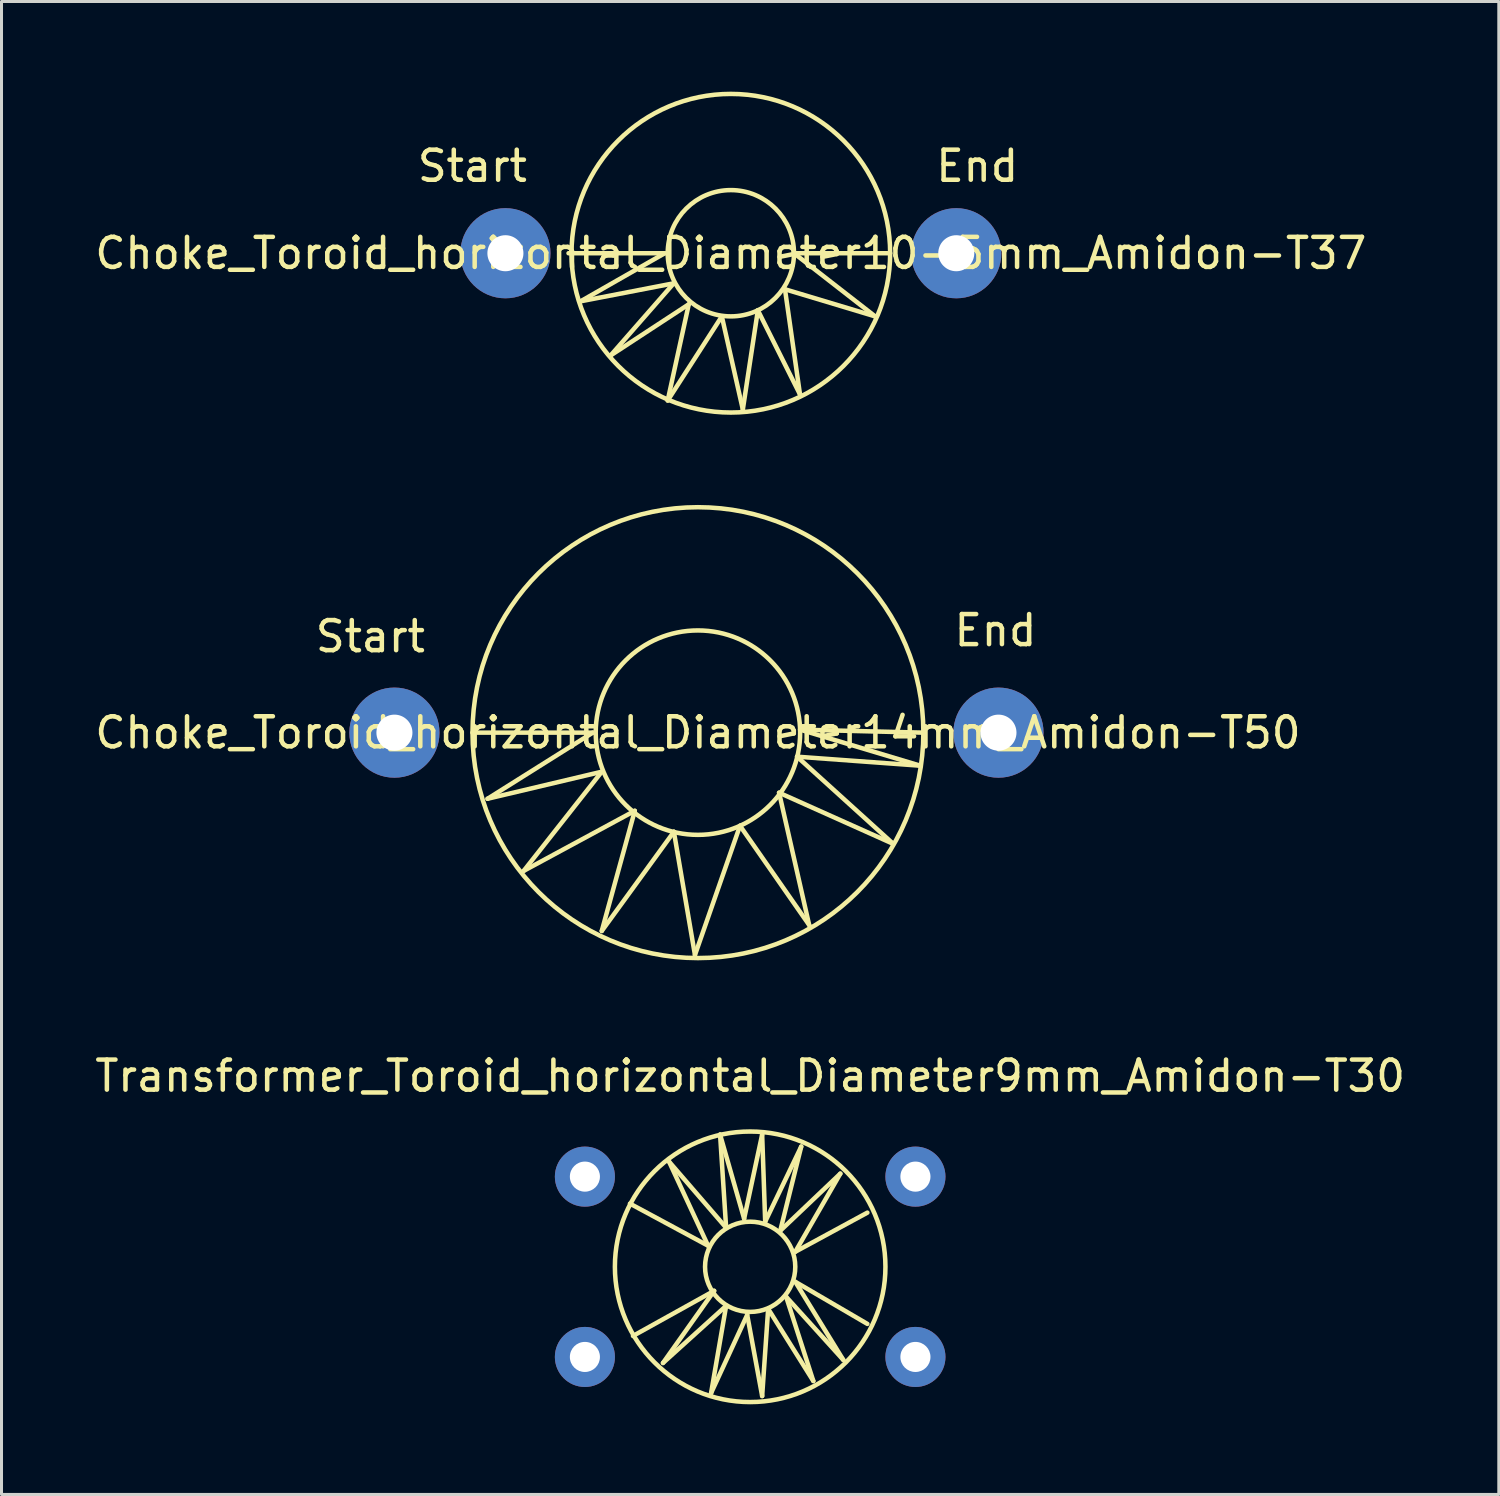
<source format=kicad_pcb>
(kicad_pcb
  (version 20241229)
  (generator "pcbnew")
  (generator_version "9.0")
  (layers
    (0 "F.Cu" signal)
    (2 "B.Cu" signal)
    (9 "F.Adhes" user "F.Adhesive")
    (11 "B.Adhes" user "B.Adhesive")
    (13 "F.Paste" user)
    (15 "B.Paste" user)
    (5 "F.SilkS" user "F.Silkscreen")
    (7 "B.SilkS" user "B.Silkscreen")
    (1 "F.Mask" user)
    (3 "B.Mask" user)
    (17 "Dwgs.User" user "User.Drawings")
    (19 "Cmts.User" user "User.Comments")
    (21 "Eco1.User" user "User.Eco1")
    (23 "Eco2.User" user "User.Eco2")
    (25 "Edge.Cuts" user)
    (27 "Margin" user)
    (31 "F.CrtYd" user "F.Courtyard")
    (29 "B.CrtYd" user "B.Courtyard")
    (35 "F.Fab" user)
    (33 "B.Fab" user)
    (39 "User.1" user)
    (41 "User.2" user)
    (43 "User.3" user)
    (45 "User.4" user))
  (footprint "Choke_Toroid_horizontal_Diameter14mm_Amidon-T50"
    (layer "F.Cu")
    (at 20.173 21.328)
    (property "Reference" "Choke_Toroid_horizontal_Diameter14mm_Amidon-T50" (at 0 0 0) (layer "F.SilkS") (effects (font (size 1 1) (thickness 0.15))))
    (attr through_hole)
    (fp_line (start -7.501 0) (end -3.5 0) (stroke (width 0.15) (type solid)) (layer "F.SilkS"))
    (fp_line (start -7 2.2) (end -3.2 1.3) (stroke (width 0.15) (type solid)) (layer "F.SilkS"))
    (fp_line (start -5.799 4.6) (end -2.101 2.601) (stroke (width 0.15) (type solid)) (layer "F.SilkS"))
    (fp_line (start -3.5 0) (end -7 2.2) (stroke (width 0.15) (type solid)) (layer "F.SilkS"))
    (fp_line (start -3.2 1.3) (end -5.799 4.6) (stroke (width 0.15) (type solid)) (layer "F.SilkS"))
    (fp_line (start -3.2 6.599) (end -0.8 3.299) (stroke (width 0.15) (type solid)) (layer "F.SilkS"))
    (fp_line (start -2.101 2.601) (end -3.2 6.599) (stroke (width 0.15) (type solid)) (layer "F.SilkS"))
    (fp_line (start -0.8 3.299) (end -0.099 7.399) (stroke (width 0.15) (type solid)) (layer "F.SilkS"))
    (fp_line (start -0.099 7.399) (end 1.4 3.099) (stroke (width 0.15) (type solid)) (layer "F.SilkS"))
    (fp_line (start 1.4 3.099) (end 3.701 6.401) (stroke (width 0.15) (type solid)) (layer "F.SilkS"))
    (fp_line (start 2.7 1.999) (end 6.5 3.701) (stroke (width 0.15) (type solid)) (layer "F.SilkS"))
    (fp_line (start 3.299 0.8) (end 7.399 1.1) (stroke (width 0.15) (type solid)) (layer "F.SilkS"))
    (fp_line (start 3.401 -0.099) (end 7.501 0) (stroke (width 0.15) (type solid)) (layer "F.SilkS"))
    (fp_line (start 3.701 6.401) (end 2.7 1.999) (stroke (width 0.15) (type solid)) (layer "F.SilkS"))
    (fp_line (start 6.5 3.701) (end 3.299 0.8) (stroke (width 0.15) (type solid)) (layer "F.SilkS"))
    (fp_line (start 7.399 1.1) (end 3.401 -0.099) (stroke (width 0.15) (type solid)) (layer "F.SilkS"))
    (fp_circle (center 0 0) (end 3.401 0) (stroke (width 0.15) (type solid)) (fill no) (layer "F.SilkS"))
    (fp_circle (center 0 0) (end 7.501 0) (stroke (width 0.15) (type solid)) (fill no) (layer "F.SilkS"))
    (fp_text user "End" (at 9.901 -3.401 0) (layer "F.SilkS") (effects (font (size 1 1) (thickness 0.15))))
    (fp_text user "Start" (at -10.899 -3.2 0) (layer "F.SilkS") (effects (font (size 1 1) (thickness 0.15))))
    (pad "1" thru_hole circle (at -10.099 0) (size 3 3) (drill 1.199) (layers "*.Cu" "*.Mask"))
    (pad "2" thru_hole circle (at 10 0) (size 3 3) (drill 1.199) (layers "*.Cu" "*.Mask")))
  (footprint "Transformer_Toroid_horizontal_Diameter9mm_Amidon-T30"
    (layer "F.Cu")
    (at 21.911 39.101)
    (property "Reference" "Transformer_Toroid_horizontal_Diameter9mm_Amidon-T30" (at 0 -6.35 0) (layer "F.SilkS") (effects (font (size 1 1) (thickness 0.15))))
    (attr through_hole)
    (fp_line (start -4 -2.101) (end -1.4 -0.701) (stroke (width 0.15) (type solid)) (layer "F.SilkS"))
    (fp_line (start -3.899 2.301) (end -1.199 0.8) (stroke (width 0.15) (type solid)) (layer "F.SilkS"))
    (fp_line (start -2.901 3.2) (end -0.8 1.3) (stroke (width 0.15) (type solid)) (layer "F.SilkS"))
    (fp_line (start -2.7 -3.5) (end -0.8 -1.3) (stroke (width 0.15) (type solid)) (layer "F.SilkS"))
    (fp_line (start -1.4 -0.701) (end -2.7 -3.5) (stroke (width 0.15) (type solid)) (layer "F.SilkS"))
    (fp_line (start -1.3 4.201) (end -0.099 1.6) (stroke (width 0.15) (type solid)) (layer "F.SilkS"))
    (fp_line (start -1.199 0.8) (end -2.901 3.2) (stroke (width 0.15) (type solid)) (layer "F.SilkS"))
    (fp_line (start -1.001 -4.399) (end -0.201 -1.6) (stroke (width 0.15) (type solid)) (layer "F.SilkS"))
    (fp_line (start -0.8 -1.3) (end -1.001 -4.399) (stroke (width 0.15) (type solid)) (layer "F.SilkS"))
    (fp_line (start -0.8 1.3) (end -1.3 4.201) (stroke (width 0.15) (type solid)) (layer "F.SilkS"))
    (fp_line (start -0.201 -1.6) (end 0.399 -4.399) (stroke (width 0.15) (type solid)) (layer "F.SilkS"))
    (fp_line (start -0.099 1.6) (end 0.399 4.3) (stroke (width 0.15) (type solid)) (layer "F.SilkS"))
    (fp_line (start 0.399 -4.399) (end 0.5 -1.501) (stroke (width 0.15) (type solid)) (layer "F.SilkS"))
    (fp_line (start 0.399 4.3) (end 0.599 1.4) (stroke (width 0.15) (type solid)) (layer "F.SilkS"))
    (fp_line (start 0.5 -1.501) (end 1.699 -4) (stroke (width 0.15) (type solid)) (layer "F.SilkS"))
    (fp_line (start 0.599 1.4) (end 2.101 3.8) (stroke (width 0.15) (type solid)) (layer "F.SilkS"))
    (fp_line (start 1.001 -1.199) (end 3 -3.099) (stroke (width 0.15) (type solid)) (layer "F.SilkS"))
    (fp_line (start 1.199 1.001) (end 3.099 3.099) (stroke (width 0.15) (type solid)) (layer "F.SilkS"))
    (fp_line (start 1.501 -0.5) (end 3.899 -1.801) (stroke (width 0.15) (type solid)) (layer "F.SilkS"))
    (fp_line (start 1.501 0.5) (end 3.899 1.9) (stroke (width 0.15) (type solid)) (layer "F.SilkS"))
    (fp_line (start 1.699 -4) (end 1.001 -1.199) (stroke (width 0.15) (type solid)) (layer "F.SilkS"))
    (fp_line (start 2.101 3.8) (end 1.199 1.001) (stroke (width 0.15) (type solid)) (layer "F.SilkS"))
    (fp_line (start 3 -3.099) (end 1.501 -0.5) (stroke (width 0.15) (type solid)) (layer "F.SilkS"))
    (fp_line (start 3.099 3.099) (end 1.501 0.5) (stroke (width 0.15) (type solid)) (layer "F.SilkS"))
    (fp_circle (center 0 0) (end 1.501 0) (stroke (width 0.15) (type solid)) (fill no) (layer "F.SilkS"))
    (fp_circle (center 0 0) (end 4.501 0) (stroke (width 0.15) (type solid)) (fill no) (layer "F.SilkS"))
    (pad "1" thru_hole circle (at -5.499 3) (size 1.999 1.999) (drill 1.001) (layers "*.Cu" "*.Mask"))
    (pad "2" thru_hole circle (at 5.499 3) (size 1.999 1.999) (drill 1.001) (layers "*.Cu" "*.Mask"))
    (pad "3" thru_hole circle (at -5.499 -3) (size 1.999 1.999) (drill 1.001) (layers "*.Cu" "*.Mask"))
    (pad "4" thru_hole circle (at 5.499 -3) (size 1.999 1.999) (drill 1.001) (layers "*.Cu" "*.Mask")))
  (footprint "Choke_Toroid_horizontal_Diameter10-5mm_Amidon-T37"
    (layer "F.Cu")
    (at 21.268 5.376)
    (property "Reference" "Choke_Toroid_horizontal_Diameter10-5mm_Amidon-T37" (at 0 0 0) (layer "F.SilkS") (effects (font (size 1 1) (thickness 0.15))))
    (attr through_hole)
    (fp_line (start -5.4 0) (end -2.2 0) (stroke (width 0.15) (type solid)) (layer "F.SilkS"))
    (fp_line (start -5.001 1.6) (end -1.9 1.001) (stroke (width 0.15) (type solid)) (layer "F.SilkS"))
    (fp_line (start -4 3.401) (end -1.4 1.699) (stroke (width 0.15) (type solid)) (layer "F.SilkS"))
    (fp_line (start -2.2 0) (end -5.001 1.6) (stroke (width 0.15) (type solid)) (layer "F.SilkS"))
    (fp_line (start -2.101 4.9) (end -0.3 2.101) (stroke (width 0.15) (type solid)) (layer "F.SilkS"))
    (fp_line (start -1.9 1.001) (end -4 3.401) (stroke (width 0.15) (type solid)) (layer "F.SilkS"))
    (fp_line (start -1.4 1.699) (end -2.101 4.9) (stroke (width 0.15) (type solid)) (layer "F.SilkS"))
    (fp_line (start -0.3 2.101) (end 0.399 5.199) (stroke (width 0.15) (type solid)) (layer "F.SilkS"))
    (fp_line (start 0.399 5.199) (end 0.899 1.9) (stroke (width 0.15) (type solid)) (layer "F.SilkS"))
    (fp_line (start 0.899 1.9) (end 2.301 4.699) (stroke (width 0.15) (type solid)) (layer "F.SilkS"))
    (fp_line (start 1.801 1.199) (end 4.801 2.101) (stroke (width 0.15) (type solid)) (layer "F.SilkS"))
    (fp_line (start 2.101 0) (end 5.301 0) (stroke (width 0.15) (type solid)) (layer "F.SilkS"))
    (fp_line (start 2.301 4.699) (end 1.801 1.199) (stroke (width 0.15) (type solid)) (layer "F.SilkS"))
    (fp_line (start 4.801 2.101) (end 2.101 0) (stroke (width 0.15) (type solid)) (layer "F.SilkS"))
    (fp_circle (center 0 0) (end 2.101 0) (stroke (width 0.15) (type solid)) (fill no) (layer "F.SilkS"))
    (fp_circle (center 0 0) (end 5.301 0) (stroke (width 0.15) (type solid)) (fill no) (layer "F.SilkS"))
    (fp_text user "End" (at 8.199 -2.901 0) (layer "F.SilkS") (effects (font (size 1 1) (thickness 0.15))))
    (fp_text user "Start" (at -8.6 -2.901 0) (layer "F.SilkS") (effects (font (size 1 1) (thickness 0.15))))
    (pad "1" thru_hole circle (at -7.501 0) (size 3 3) (drill 1.199) (layers "*.Cu" "*.Mask"))
    (pad "2" thru_hole circle (at 7.501 0) (size 3 3) (drill 1.199) (layers "*.Cu" "*.Mask")))
  (gr_rect
    (start -3 -3)
    (end 46.821 46.677)
    (stroke (width 0.1) (type default))
    (fill no)
    (layer "Edge.Cuts")))
</source>
